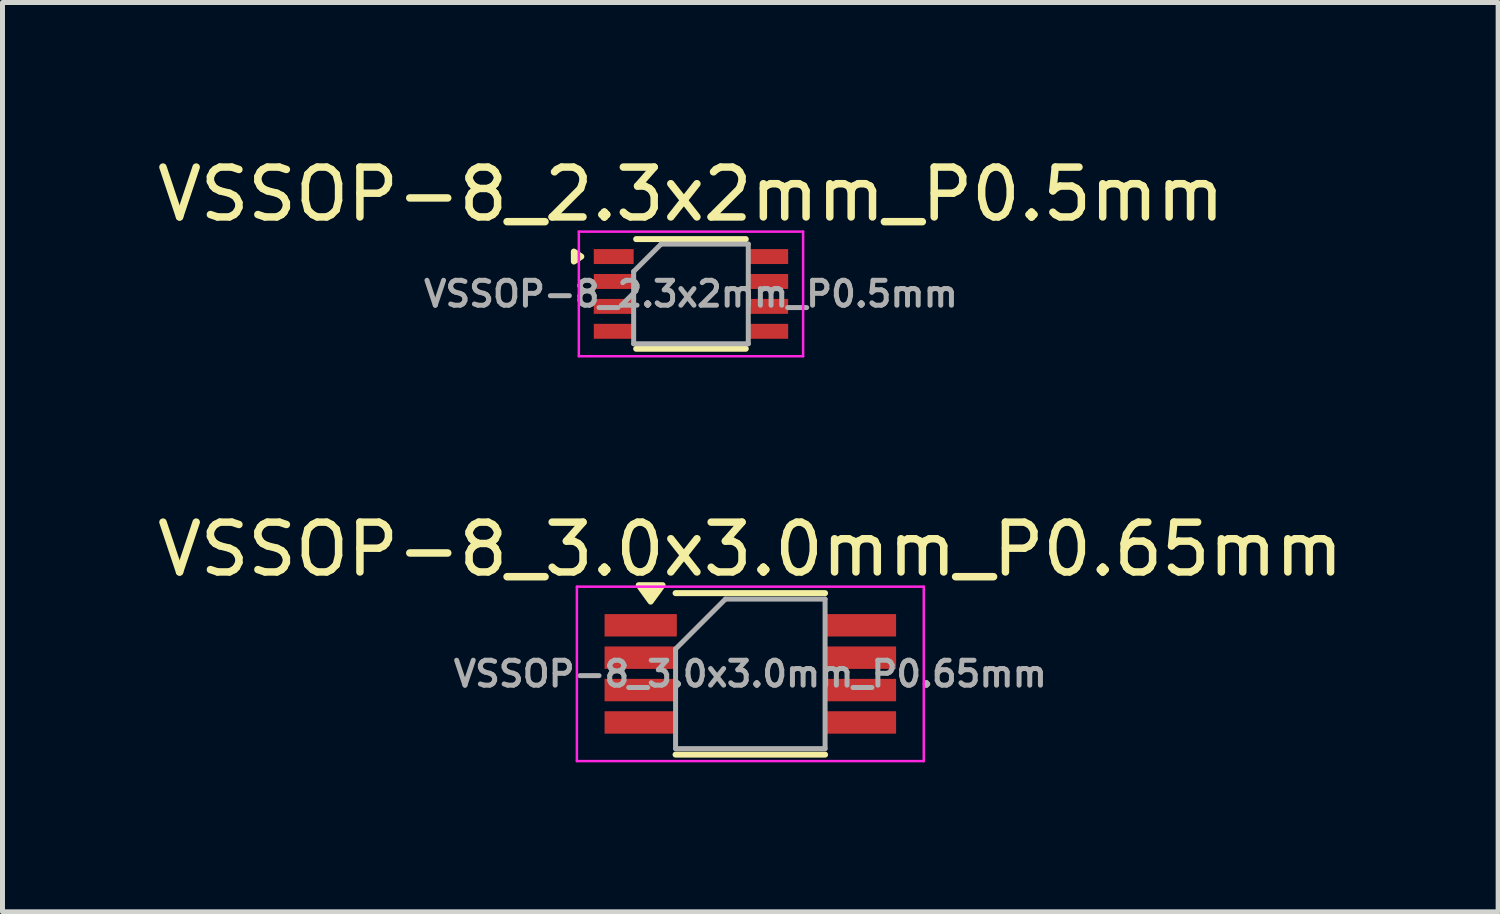
<source format=kicad_pcb>
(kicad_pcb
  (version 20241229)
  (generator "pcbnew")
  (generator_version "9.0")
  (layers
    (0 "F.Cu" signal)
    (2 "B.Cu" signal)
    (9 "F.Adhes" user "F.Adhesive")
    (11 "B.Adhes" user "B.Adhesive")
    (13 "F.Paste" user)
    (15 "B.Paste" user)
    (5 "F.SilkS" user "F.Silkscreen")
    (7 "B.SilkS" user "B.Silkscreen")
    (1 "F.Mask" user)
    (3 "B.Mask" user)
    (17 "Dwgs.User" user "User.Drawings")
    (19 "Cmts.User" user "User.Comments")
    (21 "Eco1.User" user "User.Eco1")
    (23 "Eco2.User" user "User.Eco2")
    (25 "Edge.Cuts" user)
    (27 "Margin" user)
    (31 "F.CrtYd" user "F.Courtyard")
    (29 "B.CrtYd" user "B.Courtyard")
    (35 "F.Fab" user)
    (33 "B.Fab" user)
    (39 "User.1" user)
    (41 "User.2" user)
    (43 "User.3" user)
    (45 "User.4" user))
  (footprint "VSSOP-8_2.3x2mm_P0.5mm"
    (layer "F.Cu")
    (at 10.815 2.848)
    (property "Reference" "VSSOP-8_2.3x2mm_P0.5mm" (at 0 -2 0) (layer "F.SilkS") (effects (font (size 1 1) (thickness 0.15))))
    (attr smd)
    (fp_line (start 1.1 -1.1) (end -1.1 -1.1) (stroke (width 0.12) (type solid)) (layer "F.SilkS"))
    (fp_line (start 1.1 1.1) (end -1.1 1.1) (stroke (width 0.12) (type solid)) (layer "F.SilkS"))
    (fp_poly (pts (xy -2.35 -0.65) (xy -2.2 -0.75) (xy -2.35 -0.85)) (stroke (width 0.12) (type solid)) (fill no) (layer "F.SilkS"))
    (fp_line (start -2.25 -1.25) (end 2.25 -1.25) (stroke (width 0.05) (type solid)) (layer "F.CrtYd"))
    (fp_line (start -2.25 1.25) (end -2.25 -1.25) (stroke (width 0.05) (type solid)) (layer "F.CrtYd"))
    (fp_line (start 2.25 -1.25) (end 2.25 1.25) (stroke (width 0.05) (type solid)) (layer "F.CrtYd"))
    (fp_line (start 2.25 1.25) (end -2.25 1.25) (stroke (width 0.05) (type solid)) (layer "F.CrtYd"))
    (fp_line (start -1.15 1) (end -1.15 -0.45) (stroke (width 0.1) (type solid)) (layer "F.Fab"))
    (fp_line (start -0.6 -1) (end -1.15 -0.45) (stroke (width 0.1) (type solid)) (layer "F.Fab"))
    (fp_line (start -0.6 -1) (end 1.15 -1) (stroke (width 0.1) (type solid)) (layer "F.Fab"))
    (fp_line (start 1.15 -1) (end 1.15 1) (stroke (width 0.1) (type solid)) (layer "F.Fab"))
    (fp_line (start 1.15 1) (end -1.15 1) (stroke (width 0.1) (type solid)) (layer "F.Fab"))
    (fp_text user "${REFERENCE}" (at 0 0 0) (layer "F.Fab") (effects (font (size 0.5 0.5) (thickness 0.1))))
    (pad "1" smd rect (at -1.55 -0.75 270) (size 0.3 0.8) (layers "F.Cu" "F.Mask" "F.Paste"))
    (pad "2" smd rect (at -1.55 -0.25 270) (size 0.3 0.8) (layers "F.Cu" "F.Mask" "F.Paste"))
    (pad "3" smd rect (at -1.55 0.25 270) (size 0.3 0.8) (layers "F.Cu" "F.Mask" "F.Paste"))
    (pad "4" smd rect (at -1.55 0.75 270) (size 0.3 0.8) (layers "F.Cu" "F.Mask" "F.Paste"))
    (pad "5" smd rect (at 1.55 0.75 270) (size 0.3 0.8) (layers "F.Cu" "F.Mask" "F.Paste"))
    (pad "6" smd rect (at 1.55 0.25 270) (size 0.3 0.8) (layers "F.Cu" "F.Mask" "F.Paste"))
    (pad "7" smd rect (at 1.55 -0.25 270) (size 0.3 0.8) (layers "F.Cu" "F.Mask" "F.Paste"))
    (pad "8" smd rect (at 1.55 -0.75 270) (size 0.3 0.8) (layers "F.Cu" "F.Mask" "F.Paste")))
  (footprint "VSSOP-8_3.0x3.0mm_P0.65mm"
    (layer "F.Cu")
    (at 12.006 10.472)
    (property "Reference" "VSSOP-8_3.0x3.0mm_P0.65mm" (at 0 -2.5 0) (layer "F.SilkS") (effects (font (size 1 1) (thickness 0.15))))
    (attr smd)
    (fp_line (start 1.5 -1.62) (end -1.5 -1.62) (stroke (width 0.12) (type solid)) (layer "F.SilkS"))
    (fp_line (start 1.5 1.62) (end -1.5 1.62) (stroke (width 0.12) (type solid)) (layer "F.SilkS"))
    (fp_poly (pts (xy -2 -1.45) (xy -2.24 -1.78) (xy -1.76 -1.78) (xy -2 -1.45)) (stroke (width 0.12) (type solid)) (fill yes) (layer "F.SilkS"))
    (fp_line (start -3.48 -1.75) (end 3.48 -1.75) (stroke (width 0.05) (type solid)) (layer "F.CrtYd"))
    (fp_line (start -3.48 1.75) (end -3.48 -1.75) (stroke (width 0.05) (type solid)) (layer "F.CrtYd"))
    (fp_line (start 3.48 -1.75) (end 3.48 1.75) (stroke (width 0.05) (type solid)) (layer "F.CrtYd"))
    (fp_line (start 3.48 1.75) (end -3.48 1.75) (stroke (width 0.05) (type solid)) (layer "F.CrtYd"))
    (fp_line (start -1.5 1.5) (end -1.5 -0.5) (stroke (width 0.1) (type solid)) (layer "F.Fab"))
    (fp_line (start -0.5 -1.5) (end -1.5 -0.5) (stroke (width 0.1) (type solid)) (layer "F.Fab"))
    (fp_line (start -0.5 -1.5) (end 1.5 -1.5) (stroke (width 0.1) (type solid)) (layer "F.Fab"))
    (fp_line (start 1.5 -1.5) (end 1.5 1.5) (stroke (width 0.1) (type solid)) (layer "F.Fab"))
    (fp_line (start 1.5 1.5) (end -1.5 1.5) (stroke (width 0.1) (type solid)) (layer "F.Fab"))
    (fp_text user "${REFERENCE}" (at 0 0 0) (layer "F.Fab") (effects (font (size 0.5 0.5) (thickness 0.1))))
    (pad "1" smd rect (at -2.2 -0.975 270) (size 0.45 1.45) (layers "F.Cu" "F.Mask" "F.Paste"))
    (pad "2" smd rect (at -2.2 -0.325 270) (size 0.45 1.45) (layers "F.Cu" "F.Mask" "F.Paste"))
    (pad "3" smd rect (at -2.2 0.325 270) (size 0.45 1.45) (layers "F.Cu" "F.Mask" "F.Paste"))
    (pad "4" smd rect (at -2.2 0.975 270) (size 0.45 1.45) (layers "F.Cu" "F.Mask" "F.Paste"))
    (pad "5" smd rect (at 2.2 0.975 270) (size 0.45 1.45) (layers "F.Cu" "F.Mask" "F.Paste"))
    (pad "6" smd rect (at 2.2 0.325 270) (size 0.45 1.45) (layers "F.Cu" "F.Mask" "F.Paste"))
    (pad "7" smd rect (at 2.2 -0.325 270) (size 0.45 1.45) (layers "F.Cu" "F.Mask" "F.Paste"))
    (pad "8" smd rect (at 2.2 -0.975 270) (size 0.45 1.45) (layers "F.Cu" "F.Mask" "F.Paste")))
  (gr_rect
    (start -3 -3)
    (end 27.012 15.246)
    (stroke (width 0.1) (type default))
    (fill no)
    (layer "Edge.Cuts")))
</source>
